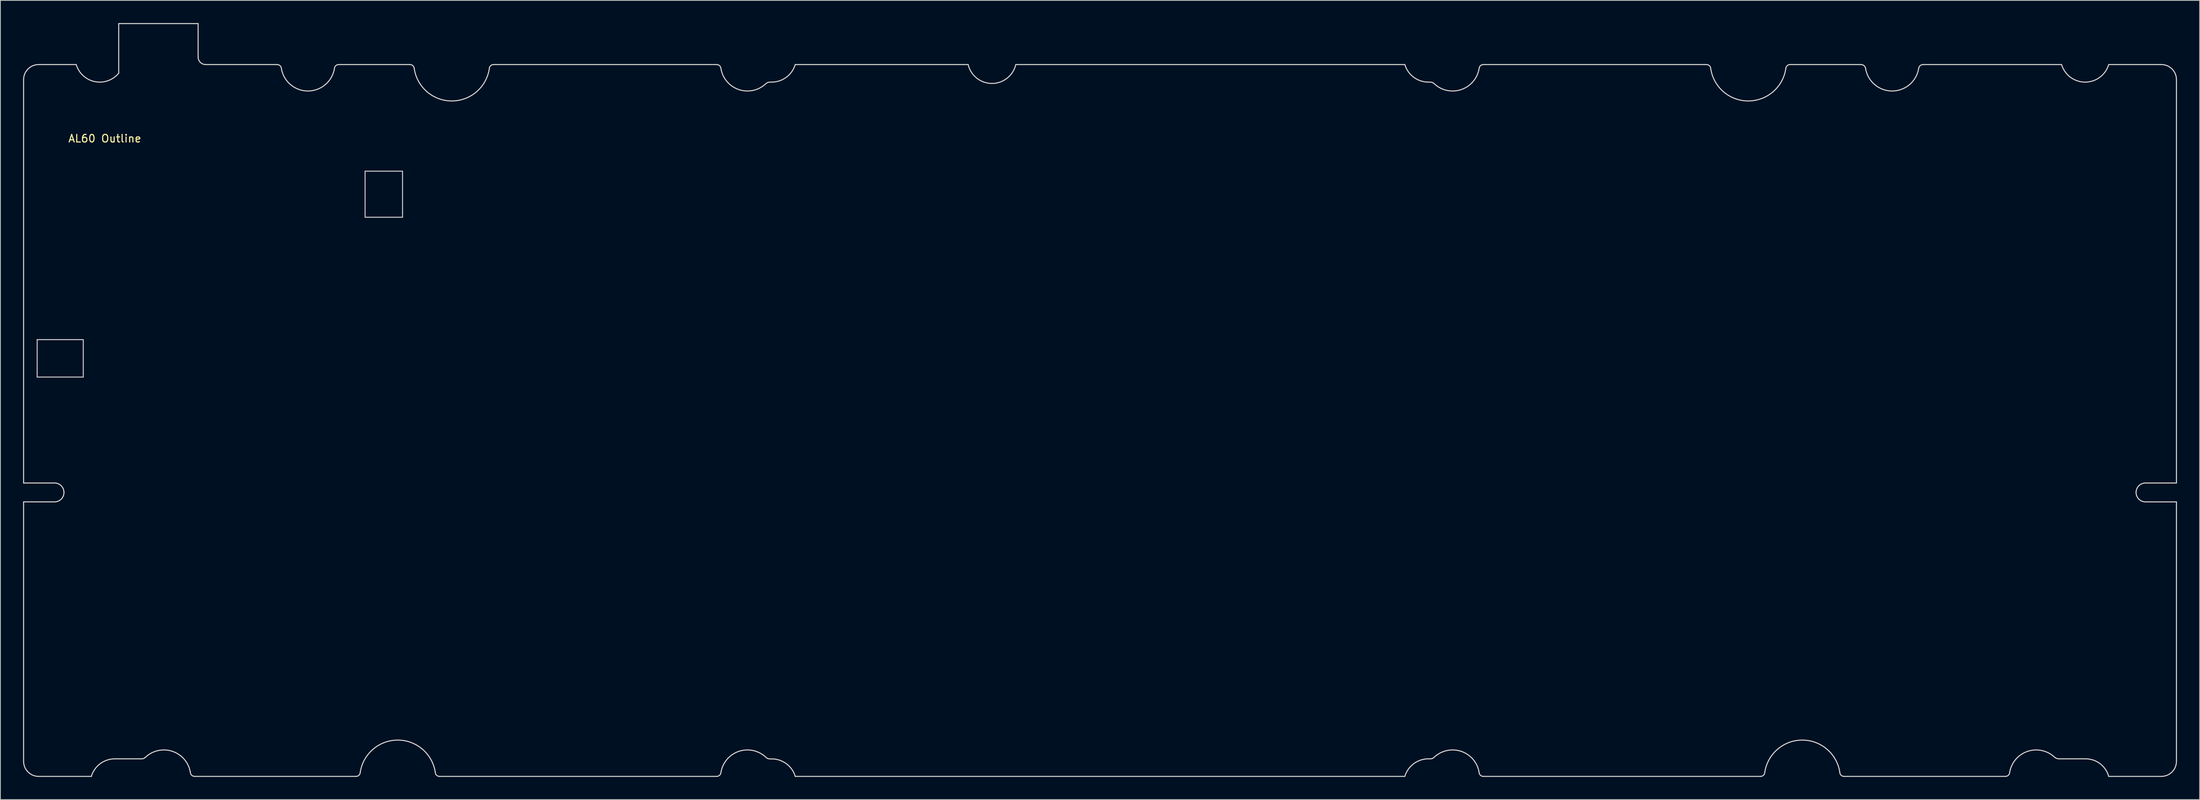
<source format=kicad_pcb>
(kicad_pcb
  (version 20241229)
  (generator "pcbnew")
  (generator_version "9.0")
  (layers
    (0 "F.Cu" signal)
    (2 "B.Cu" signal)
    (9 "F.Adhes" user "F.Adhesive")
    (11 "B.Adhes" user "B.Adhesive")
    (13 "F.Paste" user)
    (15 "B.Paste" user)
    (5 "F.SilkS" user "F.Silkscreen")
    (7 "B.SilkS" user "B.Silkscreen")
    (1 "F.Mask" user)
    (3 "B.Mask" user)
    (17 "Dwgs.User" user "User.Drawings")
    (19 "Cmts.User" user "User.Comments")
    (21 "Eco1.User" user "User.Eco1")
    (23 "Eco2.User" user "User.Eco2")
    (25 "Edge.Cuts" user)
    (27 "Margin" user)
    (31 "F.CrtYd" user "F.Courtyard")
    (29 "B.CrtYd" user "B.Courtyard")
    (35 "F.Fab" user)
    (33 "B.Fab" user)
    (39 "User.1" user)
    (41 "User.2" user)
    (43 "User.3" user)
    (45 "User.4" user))
  (footprint "AL60 Outline"
    (layer "F.Cu")
    (at 13.901 16.608)
    (property "Reference" "AL60 Outline" (at -3.09 -1.33 0) (unlocked yes) (layer "F.SilkS") (effects (font (size 1 1) (thickness 0.15))))
    (fp_line (start -12.036 25.275) (end -12.036 30.226) (stroke (width 0.138) (type solid)) (layer "Dwgs.User"))
    (fp_line (start -12.036 30.226) (end -5.94 30.226) (stroke (width 0.138) (type solid)) (layer "Dwgs.User"))
    (fp_line (start -5.94 25.275) (end -12.036 25.275) (stroke (width 0.138) (type solid)) (layer "Dwgs.User"))
    (fp_line (start -5.94 30.226) (end -5.94 25.275) (stroke (width 0.138) (type solid)) (layer "Dwgs.User"))
    (fp_line (start 31.327 2.988) (end 31.327 9.083) (stroke (width 0.138) (type solid)) (layer "Dwgs.User"))
    (fp_line (start 31.327 9.083) (end 36.28 9.083) (stroke (width 0.138) (type solid)) (layer "Dwgs.User"))
    (fp_line (start 36.28 2.988) (end 31.327 2.988) (stroke (width 0.138) (type solid)) (layer "Dwgs.User"))
    (fp_line (start 36.28 9.083) (end 36.28 2.988) (stroke (width 0.138) (type solid)) (layer "Dwgs.User"))
    (fp_line (start -13.832 44.242) (end -13.832 -9.12) (stroke (width 0.138) (type solid)) (layer "Edge.Cuts"))
    (fp_line (start -13.832 46.738) (end -9.741 46.741) (stroke (width 0.138) (type solid)) (layer "Edge.Cuts"))
    (fp_line (start -13.832 81.058) (end -13.832 46.738) (stroke (width 0.138) (type solid)) (layer "Edge.Cuts"))
    (fp_line (start -11.832 -11.119) (end -6.873 -11.119) (stroke (width 0.138) (type solid)) (layer "Edge.Cuts"))
    (fp_line (start -9.741 44.242) (end -13.832 44.242) (stroke (width 0.138) (type solid)) (layer "Edge.Cuts"))
    (fp_line (start -4.873 83.057) (end -11.832 83.057) (stroke (width 0.138) (type solid)) (layer "Edge.Cuts"))
    (fp_line (start -1.252 -16.539) (end -1.252 -9.99) (stroke (width 0.138) (type default)) (layer "Edge.Cuts"))
    (fp_line (start -1.252 -16.539) (end 9.248 -16.539) (stroke (width 0.138) (type solid)) (layer "Edge.Cuts"))
    (fp_line (start -1.252 -9.99) (end -1.252 -9.99) (stroke (width 0.05) (type default)) (layer "Edge.Cuts"))
    (fp_line (start 1.818 80.733) (end -1.757 80.733) (stroke (width 0.138) (type solid)) (layer "Edge.Cuts"))
    (fp_line (start 9.248 -16.539) (end 9.248 -12.119) (stroke (width 0.138) (type default)) (layer "Edge.Cuts"))
    (fp_line (start 19.698 -11.119) (end 10.248 -11.119) (stroke (width 0.138) (type default)) (layer "Edge.Cuts"))
    (fp_line (start 27.84 -11.119) (end 37.263 -11.119) (stroke (width 0.138) (type solid)) (layer "Edge.Cuts"))
    (fp_line (start 30.134 83.057) (end 8.79 83.057) (stroke (width 0.138) (type solid)) (layer "Edge.Cuts"))
    (fp_line (start 48.323 -11.119) (end 77.822 -11.119) (stroke (width 0.138) (type solid)) (layer "Edge.Cuts"))
    (fp_line (start 77.822 83.057) (end 41.164 83.057) (stroke (width 0.138) (type solid)) (layer "Edge.Cuts"))
    (fp_line (start 84.867 -8.795) (end 85.093 -8.795) (stroke (width 0.138) (type solid)) (layer "Edge.Cuts"))
    (fp_line (start 85.105 80.744) (end 84.851 80.744) (stroke (width 0.138) (type solid)) (layer "Edge.Cuts"))
    (fp_line (start 88.209 -11.119) (end 111.079 -11.119) (stroke (width 0.138) (type solid)) (layer "Edge.Cuts"))
    (fp_line (start 88.221 83.057) (end 88.218 83.057) (stroke (width 0.138) (type solid)) (layer "Edge.Cuts"))
    (fp_line (start 117.379 -11.119) (end 168.827 -11.119) (stroke (width 0.138) (type solid)) (layer "Edge.Cuts"))
    (fp_line (start 168.827 83.057) (end 88.221 83.057) (stroke (width 0.138) (type solid)) (layer "Edge.Cuts"))
    (fp_line (start 171.943 -8.795) (end 172.197 -8.795) (stroke (width 0.138) (type solid)) (layer "Edge.Cuts"))
    (fp_line (start 172.211 80.733) (end 171.943 80.733) (stroke (width 0.138) (type solid)) (layer "Edge.Cuts"))
    (fp_line (start 179.214 -11.119) (end 208.713 -11.119) (stroke (width 0.138) (type solid)) (layer "Edge.Cuts"))
    (fp_line (start 215.872 83.057) (end 179.214 83.057) (stroke (width 0.138) (type solid)) (layer "Edge.Cuts"))
    (fp_line (start 219.773 -11.119) (end 229.196 -11.119) (stroke (width 0.138) (type solid)) (layer "Edge.Cuts"))
    (fp_line (start 237.338 -11.119) (end 255.677 -11.119) (stroke (width 0.138) (type solid)) (layer "Edge.Cuts"))
    (fp_line (start 248.246 83.057) (end 226.902 83.057) (stroke (width 0.138) (type solid)) (layer "Edge.Cuts"))
    (fp_line (start 258.793 80.733) (end 255.336 80.733) (stroke (width 0.138) (type solid)) (layer "Edge.Cuts"))
    (fp_line (start 261.909 -11.119) (end 268.868 -11.119) (stroke (width 0.138) (type solid)) (layer "Edge.Cuts"))
    (fp_line (start 266.777 44.242) (end 270.868 44.242) (stroke (width 0.138) (type solid)) (layer "Edge.Cuts"))
    (fp_line (start 268.868 83.057) (end 261.909 83.057) (stroke (width 0.138) (type solid)) (layer "Edge.Cuts"))
    (fp_line (start 270.868 -9.12) (end 270.868 44.242) (stroke (width 0.138) (type solid)) (layer "Edge.Cuts"))
    (fp_line (start 270.868 46.741) (end 266.777 46.741) (stroke (width 0.138) (type solid)) (layer "Edge.Cuts"))
    (fp_line (start 270.868 46.741) (end 270.868 81.058) (stroke (width 0.138) (type solid)) (layer "Edge.Cuts"))
    (fp_arc (start -13.831853 -9.119676) (mid -13.245753 -10.533417) (end -11.831864 -11.119159) (stroke (width 0.137795) (type solid)) (layer "Edge.Cuts"))
    (fp_arc (start -11.832087 83.05716) (mid -13.245865 82.471372) (end -13.831853 81.057677) (stroke (width 0.137795) (type solid)) (layer "Edge.Cuts"))
    (fp_arc (start -9.741445 44.241847) (mid -8.857619 44.607911) (end -8.491504 45.491716) (stroke (width 0.137795) (type solid)) (layer "Edge.Cuts"))
    (fp_arc (start -8.491504 45.491716) (mid -8.857664 46.3754) (end -9.741445 46.741329) (stroke (width 0.137795) (type solid)) (layer "Edge.Cuts"))
    (fp_arc (start -4.873027 83.05716) (mid -3.700967 81.377486) (end -1.756953 80.732632) (stroke (width 0.137795) (type solid)) (layer "Edge.Cuts"))
    (fp_arc (start -2.831348 -8.928915) (mid -5.305736 -9.187093) (end -6.873017 -11.119159) (stroke (width 0.137795) (type solid)) (layer "Edge.Cuts"))
    (fp_arc (start -1.245082 -9.984468) (mid -1.958865 -9.337446) (end -2.831348 -8.928915) (stroke (width 0.137795) (type solid)) (layer "Edge.Cuts"))
    (fp_arc (start 2.251871 80.552715) (mid 2.052831 80.685701) (end 1.818097 80.732632) (stroke (width 0.137795) (type solid)) (layer "Edge.Cuts"))
    (fp_arc (start 2.251871 80.552715) (mid 3.102492 79.94647) (end 4.092566 79.613542) (stroke (width 0.137795) (type solid)) (layer "Edge.Cuts"))
    (fp_arc (start 4.092566 79.613542) (mid 6.750632 80.195379) (end 8.218891 82.486244) (stroke (width 0.137795) (type solid)) (layer "Edge.Cuts"))
    (fp_arc (start 8.790128 83.05716) (mid 8.386266 82.890012) (end 8.218891 82.486244) (stroke (width 0.137795) (type solid)) (layer "Edge.Cuts"))
    (fp_arc (start 10.248147 -11.119159) (mid 9.541042 -11.412053) (end 9.248147 -12.119159) (stroke (width 0.137795) (type default)) (layer "Edge.Cuts"))
    (fp_arc (start 19.698155 -11.119159) (mid 20.101783 -10.951923) (end 20.268932 -10.548259) (stroke (width 0.137795) (type solid)) (layer "Edge.Cuts"))
    (fp_arc (start 24.395687 -7.675572) (mid 21.737407 -8.257309) (end 20.268932 -10.548259) (stroke (width 0.137795) (type solid)) (layer "Edge.Cuts"))
    (fp_arc (start 27.26888 -10.549913) (mid 26.283339 -8.661867) (end 24.395687 -7.675572) (stroke (width 0.137795) (type solid)) (layer "Edge.Cuts"))
    (fp_arc (start 27.26888 -10.549913) (mid 27.436603 -10.952843) (end 27.840116 -11.119159) (stroke (width 0.137795) (type solid)) (layer "Edge.Cuts"))
    (fp_arc (start 30.689993 82.501315) (mid 30.526964 82.894237) (end 30.133998 83.05716) (stroke (width 0.137795) (type solid)) (layer "Edge.Cuts"))
    (fp_arc (start 30.689993 82.501315) (mid 32.10057 79.723627) (end 34.878593 78.313708) (stroke (width 0.137795) (type solid)) (layer "Edge.Cuts"))
    (fp_arc (start 34.878593 78.313708) (mid 38.610542 79.220913) (end 40.608118 82.50118) (stroke (width 0.137795) (type solid)) (layer "Edge.Cuts"))
    (fp_arc (start 37.263008 -11.119159) (mid 37.666737 -10.951953) (end 37.833993 -10.548244) (stroke (width 0.137795) (type solid)) (layer "Edge.Cuts"))
    (fp_arc (start 41.163934 83.05716) (mid 40.77103 82.894132) (end 40.608118 82.50118) (stroke (width 0.137795) (type solid)) (layer "Edge.Cuts"))
    (fp_arc (start 43.563607 -6.360727) (mid 39.831603 -7.267934) (end 37.833993 -10.548244) (stroke (width 0.137795) (type solid)) (layer "Edge.Cuts"))
    (fp_arc (start 47.751925 -10.549913) (mid 46.341726 -7.771502) (end 43.563607 -6.360727) (stroke (width 0.137795) (type solid)) (layer "Edge.Cuts"))
    (fp_arc (start 47.751925 -10.549913) (mid 47.919528 -10.952796) (end 48.322924 -11.119159) (stroke (width 0.137795) (type solid)) (layer "Edge.Cuts"))
    (fp_arc (start 77.82195 -11.119159) (mid 78.225677 -10.951946) (end 78.39295 -10.548244) (stroke (width 0.137795) (type solid)) (layer "Edge.Cuts"))
    (fp_arc (start 78.39295 82.487899) (mid 78.225337 82.890776) (end 77.82195 83.05716) (stroke (width 0.137795) (type solid)) (layer "Edge.Cuts"))
    (fp_arc (start 78.39295 82.487899) (mid 78.718896 81.51137) (end 79.310826 80.66907) (stroke (width 0.137795) (type solid)) (layer "Edge.Cuts"))
    (fp_arc (start 79.310826 80.66907) (mid 81.795913 79.559508) (end 84.337885 80.531703) (stroke (width 0.137795) (type solid)) (layer "Edge.Cuts"))
    (fp_arc (start 82.520729 -7.675948) (mid 79.86202 -8.25728) (end 78.39295 -10.548244) (stroke (width 0.137795) (type solid)) (layer "Edge.Cuts"))
    (fp_arc (start 84.302963 -8.560748) (mid 83.474982 -7.991174) (end 82.520729 -7.675948) (stroke (width 0.137795) (type solid)) (layer "Edge.Cuts"))
    (fp_arc (start 84.302963 -8.560748) (mid 84.561803 -8.733609) (end 84.867016 -8.794631) (stroke (width 0.137795) (type solid)) (layer "Edge.Cuts"))
    (fp_arc (start 84.850928 80.743551) (mid 84.573286 80.688776) (end 84.337885 80.531703) (stroke (width 0.137795) (type solid)) (layer "Edge.Cuts"))
    (fp_arc (start 85.104882 80.743551) (mid 87.044402 81.384972) (end 88.217835 83.05716) (stroke (width 0.137795) (type solid)) (layer "Edge.Cuts"))
    (fp_arc (start 88.209128 -11.119084) (mid 87.037003 -9.439431) (end 85.092949 -8.794631) (stroke (width 0.137795) (type solid)) (layer "Edge.Cuts"))
    (fp_arc (start 114.963504 -8.703635) (mid 112.520992 -9.106965) (end 111.078904 -11.119159) (stroke (width 0.137795) (type solid)) (layer "Edge.Cuts"))
    (fp_arc (start 117.378864 -11.119159) (mid 116.516071 -9.566533) (end 114.963504 -8.703635) (stroke (width 0.137795) (type solid)) (layer "Edge.Cuts"))
    (fp_arc (start 168.827044 83.05716) (mid 169.99897 81.37753) (end 171.942851 80.732632) (stroke (width 0.137795) (type solid)) (layer "Edge.Cuts"))
    (fp_arc (start 171.942851 -8.794631) (mid 169.998973 -9.439533) (end 168.827044 -11.119159) (stroke (width 0.137795) (type solid)) (layer "Edge.Cuts"))
    (fp_arc (start 172.19685 -8.794631) (mid 172.474584 -8.739779) (end 172.710041 -8.582602) (stroke (width 0.137795) (type solid)) (layer "Edge.Cuts"))
    (fp_arc (start 172.699875 80.529778) (mid 172.475374 80.679473) (end 172.210831 80.732632) (stroke (width 0.137795) (type solid)) (layer "Edge.Cuts"))
    (fp_arc (start 172.699875 80.529778) (mid 173.5414 79.938736) (end 174.516868 79.613226) (stroke (width 0.137795) (type solid)) (layer "Edge.Cuts"))
    (fp_arc (start 174.516868 79.613226) (mid 177.17484 80.195294) (end 178.642866 82.486259) (stroke (width 0.137795) (type solid)) (layer "Edge.Cuts"))
    (fp_arc (start 177.736076 -8.74268) (mid 175.256203 -7.621983) (end 172.710041 -8.582602) (stroke (width 0.137795) (type solid)) (layer "Edge.Cuts"))
    (fp_arc (start 178.642866 -10.549898) (mid 178.320571 -9.580508) (end 177.736076 -8.74268) (stroke (width 0.137795) (type solid)) (layer "Edge.Cuts"))
    (fp_arc (start 178.642866 -10.549898) (mid 178.810462 -10.952782) (end 179.213851 -11.119159) (stroke (width 0.137795) (type solid)) (layer "Edge.Cuts"))
    (fp_arc (start 179.213851 83.05716) (mid 178.810123 82.889962) (end 178.642866 82.486259) (stroke (width 0.137795) (type solid)) (layer "Edge.Cuts"))
    (fp_arc (start 208.712891 -11.119159) (mid 209.11662 -10.951952) (end 209.283876 -10.548244) (stroke (width 0.137795) (type solid)) (layer "Edge.Cuts"))
    (fp_arc (start 215.013475 -6.360727) (mid 211.281479 -7.267938) (end 209.283876 -10.548244) (stroke (width 0.137795) (type solid)) (layer "Edge.Cuts"))
    (fp_arc (start 216.427875 82.50166) (mid 216.264716 82.894361) (end 215.871866 83.05716) (stroke (width 0.137795) (type solid)) (layer "Edge.Cuts"))
    (fp_arc (start 216.427875 82.50166) (mid 217.83834 79.723743) (end 220.616476 78.313708) (stroke (width 0.137795) (type solid)) (layer "Edge.Cuts"))
    (fp_arc (start 219.201808 -10.549883) (mid 217.792399 -7.770682) (end 215.013475 -6.360727) (stroke (width 0.137795) (type solid)) (layer "Edge.Cuts"))
    (fp_arc (start 219.201808 -10.549883) (mid 219.369407 -10.952778) (end 219.772807 -11.119159) (stroke (width 0.137795) (type solid)) (layer "Edge.Cuts"))
    (fp_arc (start 220.616476 78.313708) (mid 224.348423 79.220918) (end 226.345808 82.5013) (stroke (width 0.137795) (type solid)) (layer "Edge.Cuts"))
    (fp_arc (start 226.901817 83.05716) (mid 226.508841 82.894232) (end 226.345808 82.5013) (stroke (width 0.137795) (type solid)) (layer "Edge.Cuts"))
    (fp_arc (start 229.195937 -11.119159) (mid 229.58707 -10.939341) (end 229.766936 -10.548229) (stroke (width 0.137795) (type solid)) (layer "Edge.Cuts"))
    (fp_arc (start 233.893468 -7.675572) (mid 231.235309 -8.257345) (end 229.766936 -10.548229) (stroke (width 0.137795) (type solid)) (layer "Edge.Cuts"))
    (fp_arc (start 236.766884 -10.548259) (mid 235.780972 -8.661005) (end 233.893468 -7.675572) (stroke (width 0.137795) (type solid)) (layer "Edge.Cuts"))
    (fp_arc (start 236.766884 -10.548259) (mid 236.941606 -10.944558) (end 237.337957 -11.119159) (stroke (width 0.137795) (type solid)) (layer "Edge.Cuts"))
    (fp_arc (start 248.81691 82.486319) (mid 248.64986 82.890233) (end 248.245895 83.05716) (stroke (width 0.137795) (type solid)) (layer "Edge.Cuts"))
    (fp_arc (start 248.81691 82.486319) (mid 249.121057 81.555229) (end 249.667732 80.742468) (stroke (width 0.137795) (type solid)) (layer "Edge.Cuts"))
    (fp_arc (start 249.667732 80.742468) (mid 252.121291 79.563724) (end 254.689878 80.464696) (stroke (width 0.137795) (type solid)) (layer "Edge.Cuts"))
    (fp_arc (start 255.335828 80.732632) (mid 254.986245 80.662812) (end 254.689878 80.464696) (stroke (width 0.137795) (type solid)) (layer "Edge.Cuts"))
    (fp_arc (start 258.792872 80.732632) (mid 260.747944 81.362604) (end 261.908828 83.05716) (stroke (width 0.137795) (type solid)) (layer "Edge.Cuts"))
    (fp_arc (start 259.718362 -8.9289) (mid 257.244101 -9.187143) (end 255.676946 -11.119159) (stroke (width 0.137795) (type solid)) (layer "Edge.Cuts"))
    (fp_arc (start 261.908888 -11.118888) (mid 261.091276 -9.746175) (end 259.718362 -8.9289) (stroke (width 0.137795) (type solid)) (layer "Edge.Cuts"))
    (fp_arc (start 265.527319 45.491716) (mid 265.893428 44.607915) (end 266.777246 44.241847) (stroke (width 0.137795) (type solid)) (layer "Edge.Cuts"))
    (fp_arc (start 266.777246 46.741329) (mid 265.89348 46.37539) (end 265.527319 45.491716) (stroke (width 0.137795) (type solid)) (layer "Edge.Cuts"))
    (fp_arc (start 268.867917 -11.119159) (mid 270.281823 -10.533398) (end 270.867921 -9.119631) (stroke (width 0.137795) (type solid)) (layer "Edge.Cuts"))
    (fp_arc (start 270.867921 81.057677) (mid 270.281795 82.471423) (end 268.867887 83.05716) (stroke (width 0.137795) (type solid)) (layer "Edge.Cuts"))
    (fp_line (start 1.296 -11.12) (end -0.641 -11.119) (stroke (width 0.138) (type solid)) (layer "User.4"))
    (fp_line (start 7.528 -11.12) (end 19.698 -11.119) (stroke (width 0.138) (type solid)) (layer "User.4"))
    (fp_arc (start -0.640882 -11.119159) (mid -1.458431 -9.746325) (end -2.831348 -8.928915) (stroke (width 0.137795) (type solid)) (layer "User.4"))
    (fp_arc (start 5.337086 -8.930012) (mid 2.862863 -9.187897) (end 1.29567 -11.119784) (stroke (width 0.137795) (type solid)) (layer "User.4"))
    (fp_arc (start 7.527612 -11.12) (mid 6.71 -9.747286) (end 5.337086 -8.930012) (stroke (width 0.137795) (type solid)) (layer "User.4")))
  (gr_rect
    (start -3 -3)
    (end 287.838 102.734)
    (stroke (width 0.1) (type default))
    (fill no)
    (layer "Edge.Cuts")))
</source>
